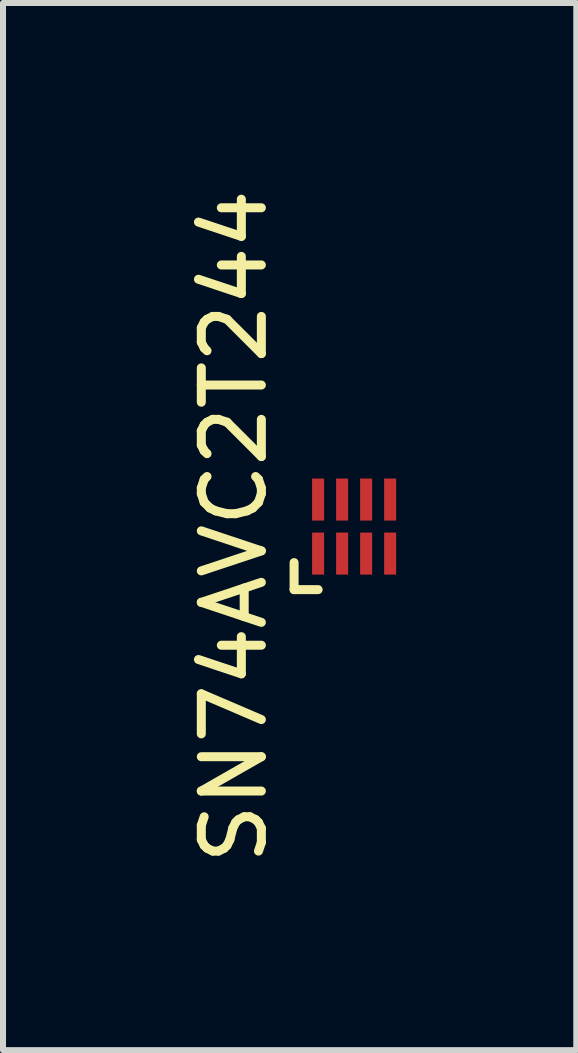
<source format=kicad_pcb>
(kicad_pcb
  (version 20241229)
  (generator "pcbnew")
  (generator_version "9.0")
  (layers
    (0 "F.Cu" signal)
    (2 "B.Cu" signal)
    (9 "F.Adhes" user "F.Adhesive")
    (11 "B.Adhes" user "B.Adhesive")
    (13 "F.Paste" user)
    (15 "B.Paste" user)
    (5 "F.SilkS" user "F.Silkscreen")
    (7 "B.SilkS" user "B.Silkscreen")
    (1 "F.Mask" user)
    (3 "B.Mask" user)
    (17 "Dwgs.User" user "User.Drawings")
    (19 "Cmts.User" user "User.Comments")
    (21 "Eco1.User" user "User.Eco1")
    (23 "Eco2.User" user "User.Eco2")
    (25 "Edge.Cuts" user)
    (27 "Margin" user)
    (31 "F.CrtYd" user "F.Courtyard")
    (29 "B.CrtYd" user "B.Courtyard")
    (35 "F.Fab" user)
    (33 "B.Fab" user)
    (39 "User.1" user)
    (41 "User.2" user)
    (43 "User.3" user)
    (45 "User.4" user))
  (footprint "SN74AVC2T244"
    (layer "F.Cu")
    (at 2.248 6.17)
    (property "Reference" "SN74AVC2T244" (at -1.4 -0.45 270) (layer "F.SilkS") (effects (font (size 1 1) (thickness 0.15))))
    (attr through_hole)
    (fp_line (start -0.4 0.15) (end -0.4 0.6) (stroke (width 0.15) (type solid)) (layer "F.SilkS"))
    (fp_line (start -0.4 0.6) (end 0 0.6) (stroke (width 0.15) (type solid)) (layer "F.SilkS"))
    (pad "1" smd rect (at 0 0) (size 0.2 0.7) (layers "F.Cu" "F.Mask" "F.Paste"))
    (pad "2" smd rect (at 0.4 0) (size 0.2 0.7) (layers "F.Cu" "F.Mask" "F.Paste"))
    (pad "3" smd rect (at 0.8 0) (size 0.2 0.7) (layers "F.Cu" "F.Mask" "F.Paste"))
    (pad "4" smd rect (at 1.2 0) (size 0.2 0.7) (layers "F.Cu" "F.Mask" "F.Paste"))
    (pad "5" smd rect (at 1.2 -0.9) (size 0.2 0.7) (layers "F.Cu" "F.Mask" "F.Paste"))
    (pad "6" smd rect (at 0.8 -0.9) (size 0.2 0.7) (layers "F.Cu" "F.Mask" "F.Paste"))
    (pad "7" smd rect (at 0.4 -0.9) (size 0.2 0.7) (layers "F.Cu" "F.Mask" "F.Paste"))
    (pad "8" smd rect (at 0 -0.9) (size 0.2 0.7) (layers "F.Cu" "F.Mask" "F.Paste")))
  (gr_rect
    (start -3 -3)
    (end 6.548 14.44)
    (stroke (width 0.1) (type default))
    (fill no)
    (layer "Edge.Cuts")))
</source>
